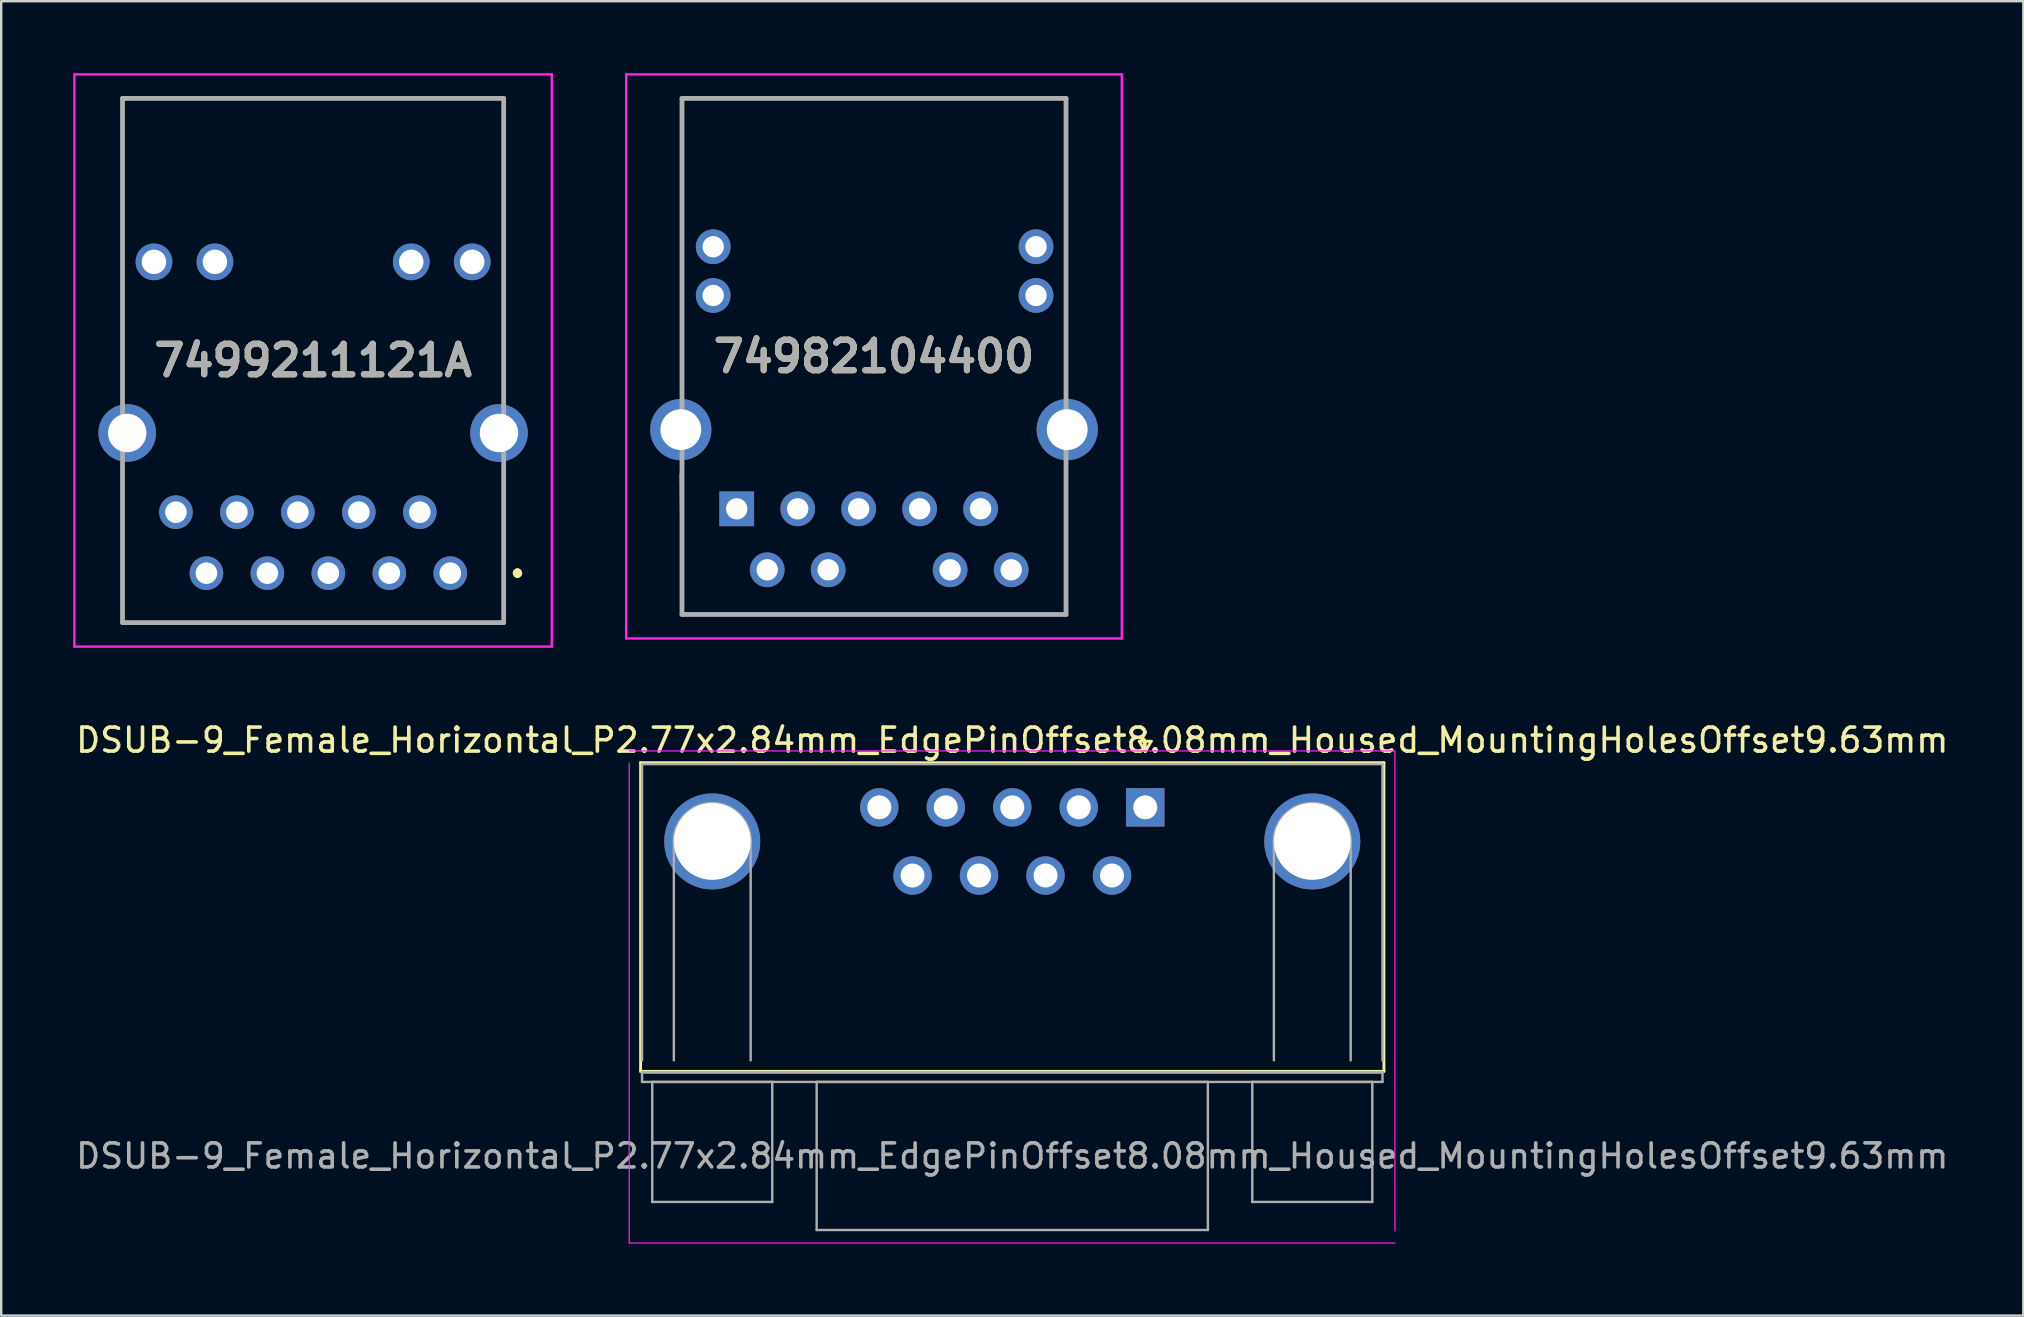
<source format=kicad_pcb>
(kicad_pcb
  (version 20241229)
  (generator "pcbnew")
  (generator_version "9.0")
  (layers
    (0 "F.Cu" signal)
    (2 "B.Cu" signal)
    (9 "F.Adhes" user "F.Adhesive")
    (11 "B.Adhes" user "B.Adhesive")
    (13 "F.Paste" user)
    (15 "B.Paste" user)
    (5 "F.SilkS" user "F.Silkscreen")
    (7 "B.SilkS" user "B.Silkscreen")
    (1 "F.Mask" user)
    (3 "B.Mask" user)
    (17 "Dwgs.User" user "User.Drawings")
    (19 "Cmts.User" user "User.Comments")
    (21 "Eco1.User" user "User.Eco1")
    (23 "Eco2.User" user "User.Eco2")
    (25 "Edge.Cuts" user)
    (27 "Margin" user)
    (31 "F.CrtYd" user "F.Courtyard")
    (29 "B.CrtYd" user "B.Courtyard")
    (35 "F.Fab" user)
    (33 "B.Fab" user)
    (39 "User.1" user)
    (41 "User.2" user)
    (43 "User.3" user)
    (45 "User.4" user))
  (footprint "DSUB-9_Female_Horizontal_P2.77x2.84mm_EdgePinOffset8.08mm_Housed_MountingHolesOffset9.63mm"
    (layer "F.Cu")
    (at 44.665 30.588)
    (property "Reference" "DSUB-9_Female_Horizontal_P2.77x2.84mm_EdgePinOffset8.08mm_Housed_MountingHolesOffset9.63mm" (at -5.54 -2.8 0) (layer "F.SilkS") (effects (font (size 1 1) (thickness 0.15))))
    (attr through_hole)
    (fp_line (start -21.025 -1.86) (end 9.945 -1.86) (stroke (width 0.12) (type solid)) (layer "F.SilkS"))
    (fp_line (start -21.025 11) (end -21.025 -1.86) (stroke (width 0.12) (type solid)) (layer "F.SilkS"))
    (fp_line (start -21.025 11) (end 9.945 11) (stroke (width 0.12) (type solid)) (layer "F.SilkS"))
    (fp_line (start -0.25 -2.754) (end 0.25 -2.754) (stroke (width 0.12) (type solid)) (layer "F.SilkS"))
    (fp_line (start 0 -2.321) (end -0.25 -2.754) (stroke (width 0.12) (type solid)) (layer "F.SilkS"))
    (fp_line (start 0.25 -2.754) (end 0 -2.321) (stroke (width 0.12) (type solid)) (layer "F.SilkS"))
    (fp_line (start 9.945 -1.86) (end 9.945 11) (stroke (width 0.12) (type solid)) (layer "F.SilkS"))
    (fp_line (start -21.5 -1.85) (end -21.5 18.15) (stroke (width 0.05) (type solid)) (layer "F.CrtYd"))
    (fp_line (start -21.5 18.15) (end 10.4 18.15) (stroke (width 0.05) (type solid)) (layer "F.CrtYd"))
    (fp_line (start 10.4 -2.35) (end -21.5 -2.35) (stroke (width 0.05) (type solid)) (layer "F.CrtYd"))
    (fp_line (start 10.4 17.65) (end 10.4 -2.35) (stroke (width 0.05) (type solid)) (layer "F.CrtYd"))
    (fp_line (start -20.965 -1.8) (end -20.965 10.54) (stroke (width 0.1) (type solid)) (layer "F.Fab"))
    (fp_line (start -20.965 11.04) (end -20.965 11.44) (stroke (width 0.1) (type solid)) (layer "F.Fab"))
    (fp_line (start -20.965 11.04) (end 9.885 11.04) (stroke (width 0.1) (type solid)) (layer "F.Fab"))
    (fp_line (start -20.965 11.44) (end 9.885 11.44) (stroke (width 0.1) (type solid)) (layer "F.Fab"))
    (fp_line (start -20.54 11.44) (end -20.54 16.44) (stroke (width 0.1) (type solid)) (layer "F.Fab"))
    (fp_line (start -20.54 16.44) (end -15.54 16.44) (stroke (width 0.1) (type solid)) (layer "F.Fab"))
    (fp_line (start -19.64 10.54) (end -19.64 1.42) (stroke (width 0.1) (type solid)) (layer "F.Fab"))
    (fp_line (start -16.44 10.54) (end -16.44 1.42) (stroke (width 0.1) (type solid)) (layer "F.Fab"))
    (fp_line (start -15.54 11.44) (end -20.54 11.44) (stroke (width 0.1) (type solid)) (layer "F.Fab"))
    (fp_line (start -15.54 16.44) (end -15.54 11.44) (stroke (width 0.1) (type solid)) (layer "F.Fab"))
    (fp_line (start -13.69 11.44) (end -13.69 17.61) (stroke (width 0.1) (type solid)) (layer "F.Fab"))
    (fp_line (start -13.69 17.61) (end 2.61 17.61) (stroke (width 0.1) (type solid)) (layer "F.Fab"))
    (fp_line (start 2.61 11.44) (end -13.69 11.44) (stroke (width 0.1) (type solid)) (layer "F.Fab"))
    (fp_line (start 2.61 17.61) (end 2.61 11.44) (stroke (width 0.1) (type solid)) (layer "F.Fab"))
    (fp_line (start 4.46 11.44) (end 4.46 16.44) (stroke (width 0.1) (type solid)) (layer "F.Fab"))
    (fp_line (start 4.46 16.44) (end 9.46 16.44) (stroke (width 0.1) (type solid)) (layer "F.Fab"))
    (fp_line (start 5.36 10.54) (end 5.36 1.42) (stroke (width 0.1) (type solid)) (layer "F.Fab"))
    (fp_line (start 8.56 10.54) (end 8.56 1.42) (stroke (width 0.1) (type solid)) (layer "F.Fab"))
    (fp_line (start 9.46 11.44) (end 4.46 11.44) (stroke (width 0.1) (type solid)) (layer "F.Fab"))
    (fp_line (start 9.46 16.44) (end 9.46 11.44) (stroke (width 0.1) (type solid)) (layer "F.Fab"))
    (fp_line (start 9.885 -1.8) (end -20.965 -1.8) (stroke (width 0.1) (type solid)) (layer "F.Fab"))
    (fp_line (start 9.885 10.54) (end 9.885 -1.8) (stroke (width 0.1) (type solid)) (layer "F.Fab"))
    (fp_line (start 9.885 11.04) (end -20.965 11.04) (stroke (width 0.1) (type solid)) (layer "F.Fab"))
    (fp_line (start 9.885 11.44) (end 9.885 11.04) (stroke (width 0.1) (type solid)) (layer "F.Fab"))
    (fp_arc (start -19.64 1.42) (mid -18.04 -0.18) (end -16.44 1.42) (stroke (width 0.1) (type solid)) (layer "F.Fab"))
    (fp_arc (start 5.36 1.42) (mid 6.96 -0.18) (end 8.56 1.42) (stroke (width 0.1) (type solid)) (layer "F.Fab"))
    (fp_text user "${REFERENCE}" (at -5.54 14.525 0) (layer "F.Fab") (effects (font (size 1 1) (thickness 0.15))))
    (pad "0" thru_hole circle (at -18.04 1.42) (size 4 4) (drill 3.2) (layers "*.Cu" "*.Mask"))
    (pad "0" thru_hole circle (at 6.96 1.42) (size 4 4) (drill 3.2) (layers "*.Cu" "*.Mask"))
    (pad "1" thru_hole rect (at 0 0) (size 1.6 1.6) (drill 1) (layers "*.Cu" "*.Mask"))
    (pad "2" thru_hole circle (at -2.77 0) (size 1.6 1.6) (drill 1) (layers "*.Cu" "*.Mask"))
    (pad "3" thru_hole circle (at -5.54 0) (size 1.6 1.6) (drill 1) (layers "*.Cu" "*.Mask"))
    (pad "4" thru_hole circle (at -8.31 0) (size 1.6 1.6) (drill 1) (layers "*.Cu" "*.Mask"))
    (pad "5" thru_hole circle (at -11.08 0) (size 1.6 1.6) (drill 1) (layers "*.Cu" "*.Mask"))
    (pad "6" thru_hole circle (at -1.385 2.84) (size 1.6 1.6) (drill 1) (layers "*.Cu" "*.Mask"))
    (pad "7" thru_hole circle (at -4.155 2.84) (size 1.6 1.6) (drill 1) (layers "*.Cu" "*.Mask"))
    (pad "8" thru_hole circle (at -6.925 2.84) (size 1.6 1.6) (drill 1) (layers "*.Cu" "*.Mask"))
    (pad "9" thru_hole circle (at -9.695 2.84) (size 1.6 1.6) (drill 1) (layers "*.Cu" "*.Mask")))
  (footprint "74982104400"
    (layer "F.Cu")
    (at 27.645 18.15)
    (property "Reference" "74982104400" (at 5.72 -6.35 0) (layer "F.SilkS") (effects (font (size 1.27 1.27) (thickness 0.254))))
    (attr through_hole)
    (fp_line (start -2.33 -1.46) (end -2.28 4.4) (stroke (width 0.1) (type solid)) (layer "F.SilkS"))
    (fp_line (start -2.28 -17.1) (end 13.72 -17.1) (stroke (width 0.1) (type solid)) (layer "F.SilkS"))
    (fp_line (start -2.28 -5.21) (end -2.28 -17.1) (stroke (width 0.1) (type solid)) (layer "F.SilkS"))
    (fp_line (start -2.28 4.4) (end 13.72 4.4) (stroke (width 0.1) (type solid)) (layer "F.SilkS"))
    (fp_line (start 13.72 -17.1) (end 13.72 -5.21) (stroke (width 0.1) (type solid)) (layer "F.SilkS"))
    (fp_line (start 13.72 4.4) (end 13.72 -1.46) (stroke (width 0.1) (type solid)) (layer "F.SilkS"))
    (fp_line (start -4.605 -18.1) (end 16.045 -18.1) (stroke (width 0.1) (type solid)) (layer "F.CrtYd"))
    (fp_line (start -4.605 5.4) (end -4.605 -18.1) (stroke (width 0.1) (type solid)) (layer "F.CrtYd"))
    (fp_line (start 16.045 -18.1) (end 16.045 5.4) (stroke (width 0.1) (type solid)) (layer "F.CrtYd"))
    (fp_line (start 16.045 5.4) (end -4.605 5.4) (stroke (width 0.1) (type solid)) (layer "F.CrtYd"))
    (fp_line (start -2.28 -17.1) (end -2.28 4.4) (stroke (width 0.2) (type solid)) (layer "F.Fab"))
    (fp_line (start -2.28 4.4) (end 13.72 4.4) (stroke (width 0.2) (type solid)) (layer "F.Fab"))
    (fp_line (start 13.72 -17.1) (end -2.28 -17.1) (stroke (width 0.2) (type solid)) (layer "F.Fab"))
    (fp_line (start 13.72 4.4) (end 13.72 -17.1) (stroke (width 0.2) (type solid)) (layer "F.Fab"))
    (fp_text user "${REFERENCE}" (at 5.72 -6.35 0) (layer "F.Fab") (effects (font (size 1.27 1.27) (thickness 0.254))))
    (pad "" np_thru_hole circle (at 0.005 -6.35) (size 0.001 0.001) (drill 3.2) (layers "*.Cu" "*.Mask"))
    (pad "" np_thru_hole circle (at 11.435 -6.35) (size 0.001 0.001) (drill 3.2) (layers "*.Cu" "*.Mask"))
    (pad "1" thru_hole rect (at 0 0) (size 1.446 1.446) (drill 0.89) (layers "*.Cu" "*.Mask"))
    (pad "2" thru_hole circle (at 1.27 2.54) (size 1.446 1.446) (drill 0.89) (layers "*.Cu" "*.Mask"))
    (pad "3" thru_hole circle (at 2.54 0) (size 1.446 1.446) (drill 0.89) (layers "*.Cu" "*.Mask"))
    (pad "4" thru_hole circle (at 3.81 2.54) (size 1.446 1.446) (drill 0.89) (layers "*.Cu" "*.Mask"))
    (pad "5" thru_hole circle (at 5.08 0) (size 1.446 1.446) (drill 0.89) (layers "*.Cu" "*.Mask"))
    (pad "7" thru_hole circle (at 7.62 0) (size 1.446 1.446) (drill 0.89) (layers "*.Cu" "*.Mask"))
    (pad "8" thru_hole circle (at 8.89 2.54) (size 1.446 1.446) (drill 0.89) (layers "*.Cu" "*.Mask"))
    (pad "9" thru_hole circle (at 10.16 0) (size 1.446 1.446) (drill 0.89) (layers "*.Cu" "*.Mask"))
    (pad "10" thru_hole circle (at 11.435 2.54) (size 1.446 1.446) (drill 0.89) (layers "*.Cu" "*.Mask"))
    (pad "11" thru_hole circle (at -0.98 -8.89) (size 1.446 1.446) (drill 0.89) (layers "*.Cu" "*.Mask"))
    (pad "12" thru_hole circle (at -0.98 -10.92) (size 1.446 1.446) (drill 0.89) (layers "*.Cu" "*.Mask"))
    (pad "13" thru_hole circle (at 12.47 -8.89) (size 1.446 1.446) (drill 0.89) (layers "*.Cu" "*.Mask"))
    (pad "14" thru_hole circle (at 12.47 -10.92) (size 1.446 1.446) (drill 0.89) (layers "*.Cu" "*.Mask"))
    (pad "MH1" thru_hole circle (at -2.33 -3.3) (size 2.55 2.55) (drill 1.7) (layers "*.Cu" "*.Mask"))
    (pad "MH2" thru_hole circle (at 13.77 -3.3) (size 2.55 2.55) (drill 1.7) (layers "*.Cu" "*.Mask")))
  (footprint "7499211121A"
    (layer "F.Cu")
    (at 15.71 20.83)
    (property "Reference" "7499211121A" (at -5.715 -8.86 0) (layer "F.SilkS") (effects (font (size 1.27 1.27) (thickness 0.254))))
    (attr through_hole)
    (fp_line (start -13.655 -19.78) (end 2.225 -19.78) (stroke (width 0.1) (type solid)) (layer "F.SilkS"))
    (fp_line (start -13.655 -8.38) (end -13.655 -19.78) (stroke (width 0.1) (type solid)) (layer "F.SilkS"))
    (fp_line (start -13.655 -3.3) (end -13.655 2.06) (stroke (width 0.1) (type solid)) (layer "F.SilkS"))
    (fp_line (start -13.655 2.06) (end 2.225 2.06) (stroke (width 0.1) (type solid)) (layer "F.SilkS"))
    (fp_line (start 2.225 -19.78) (end 2.225 -8.38) (stroke (width 0.1) (type solid)) (layer "F.SilkS"))
    (fp_line (start 2.225 2.06) (end 2.225 -3.3) (stroke (width 0.1) (type solid)) (layer "F.SilkS"))
    (fp_line (start 2.8 -0.1) (end 2.8 -0.1) (stroke (width 0.2) (type solid)) (layer "F.SilkS"))
    (fp_line (start 2.8 0.1) (end 2.8 0.1) (stroke (width 0.2) (type solid)) (layer "F.SilkS"))
    (fp_arc (start 2.8 -0.1) (mid 2.9 0) (end 2.8 0.1) (stroke (width 0.2) (type solid)) (layer "F.SilkS"))
    (fp_arc (start 2.8 0.1) (mid 2.7 0) (end 2.8 -0.1) (stroke (width 0.2) (type solid)) (layer "F.SilkS"))
    (fp_line (start -15.66 -20.78) (end 4.23 -20.78) (stroke (width 0.1) (type solid)) (layer "F.CrtYd"))
    (fp_line (start -15.66 3.06) (end -15.66 -20.78) (stroke (width 0.1) (type solid)) (layer "F.CrtYd"))
    (fp_line (start 4.23 -20.78) (end 4.23 3.06) (stroke (width 0.1) (type solid)) (layer "F.CrtYd"))
    (fp_line (start 4.23 3.06) (end -15.66 3.06) (stroke (width 0.1) (type solid)) (layer "F.CrtYd"))
    (fp_line (start -13.655 -19.78) (end 2.225 -19.78) (stroke (width 0.2) (type solid)) (layer "F.Fab"))
    (fp_line (start -13.655 2.06) (end -13.655 -19.78) (stroke (width 0.2) (type solid)) (layer "F.Fab"))
    (fp_line (start 2.225 -19.78) (end 2.225 2.06) (stroke (width 0.2) (type solid)) (layer "F.Fab"))
    (fp_line (start 2.225 2.06) (end -13.655 2.06) (stroke (width 0.2) (type solid)) (layer "F.Fab"))
    (fp_text user "${REFERENCE}" (at -5.715 -8.86 0) (layer "F.Fab") (effects (font (size 1.27 1.27) (thickness 0.254))))
    (pad "" np_thru_hole circle (at -11.43 -8.89) (size 0.001 0.001) (drill 3.25) (layers "*.Cu" "*.Mask"))
    (pad "" np_thru_hole circle (at 0 -8.89) (size 0.001 0.001) (drill 3.25) (layers "*.Cu" "*.Mask"))
    (pad "1" thru_hole circle (at 0 0) (size 1.4 1.4) (drill 0.9) (layers "*.Cu" "*.Mask"))
    (pad "2" thru_hole circle (at -1.27 -2.54) (size 1.4 1.4) (drill 0.9) (layers "*.Cu" "*.Mask"))
    (pad "3" thru_hole circle (at -2.54 0) (size 1.4 1.4) (drill 0.9) (layers "*.Cu" "*.Mask"))
    (pad "4" thru_hole circle (at -3.81 -2.54) (size 1.4 1.4) (drill 0.9) (layers "*.Cu" "*.Mask"))
    (pad "5" thru_hole circle (at -5.08 0) (size 1.4 1.4) (drill 0.9) (layers "*.Cu" "*.Mask"))
    (pad "6" thru_hole circle (at -6.35 -2.54) (size 1.4 1.4) (drill 0.9) (layers "*.Cu" "*.Mask"))
    (pad "7" thru_hole circle (at -7.62 0) (size 1.4 1.4) (drill 0.9) (layers "*.Cu" "*.Mask"))
    (pad "8" thru_hole circle (at -8.89 -2.54) (size 1.4 1.4) (drill 0.9) (layers "*.Cu" "*.Mask"))
    (pad "9" thru_hole circle (at -10.16 0) (size 1.4 1.4) (drill 0.9) (layers "*.Cu" "*.Mask"))
    (pad "10" thru_hole circle (at -11.43 -2.54) (size 1.4 1.4) (drill 0.9) (layers "*.Cu" "*.Mask"))
    (pad "11" thru_hole circle (at 0.915 -12.97) (size 1.53 1.53) (drill 1.02) (layers "*.Cu" "*.Mask"))
    (pad "12" thru_hole circle (at -1.625 -12.97) (size 1.53 1.53) (drill 1.02) (layers "*.Cu" "*.Mask"))
    (pad "13" thru_hole circle (at -9.805 -12.97) (size 1.53 1.53) (drill 1.02) (layers "*.Cu" "*.Mask"))
    (pad "14" thru_hole circle (at -12.345 -12.97) (size 1.53 1.53) (drill 1.02) (layers "*.Cu" "*.Mask"))
    (pad "15" thru_hole circle (at 2.03 -5.84) (size 2.4 2.4) (drill 1.6) (layers "*.Cu" "*.Mask"))
    (pad "16" thru_hole circle (at -13.46 -5.84) (size 2.4 2.4) (drill 1.6) (layers "*.Cu" "*.Mask")))
  (gr_rect
    (start -3 -3)
    (end 81.25 51.763)
    (stroke (width 0.1) (type default))
    (fill no)
    (layer "Edge.Cuts")))
</source>
